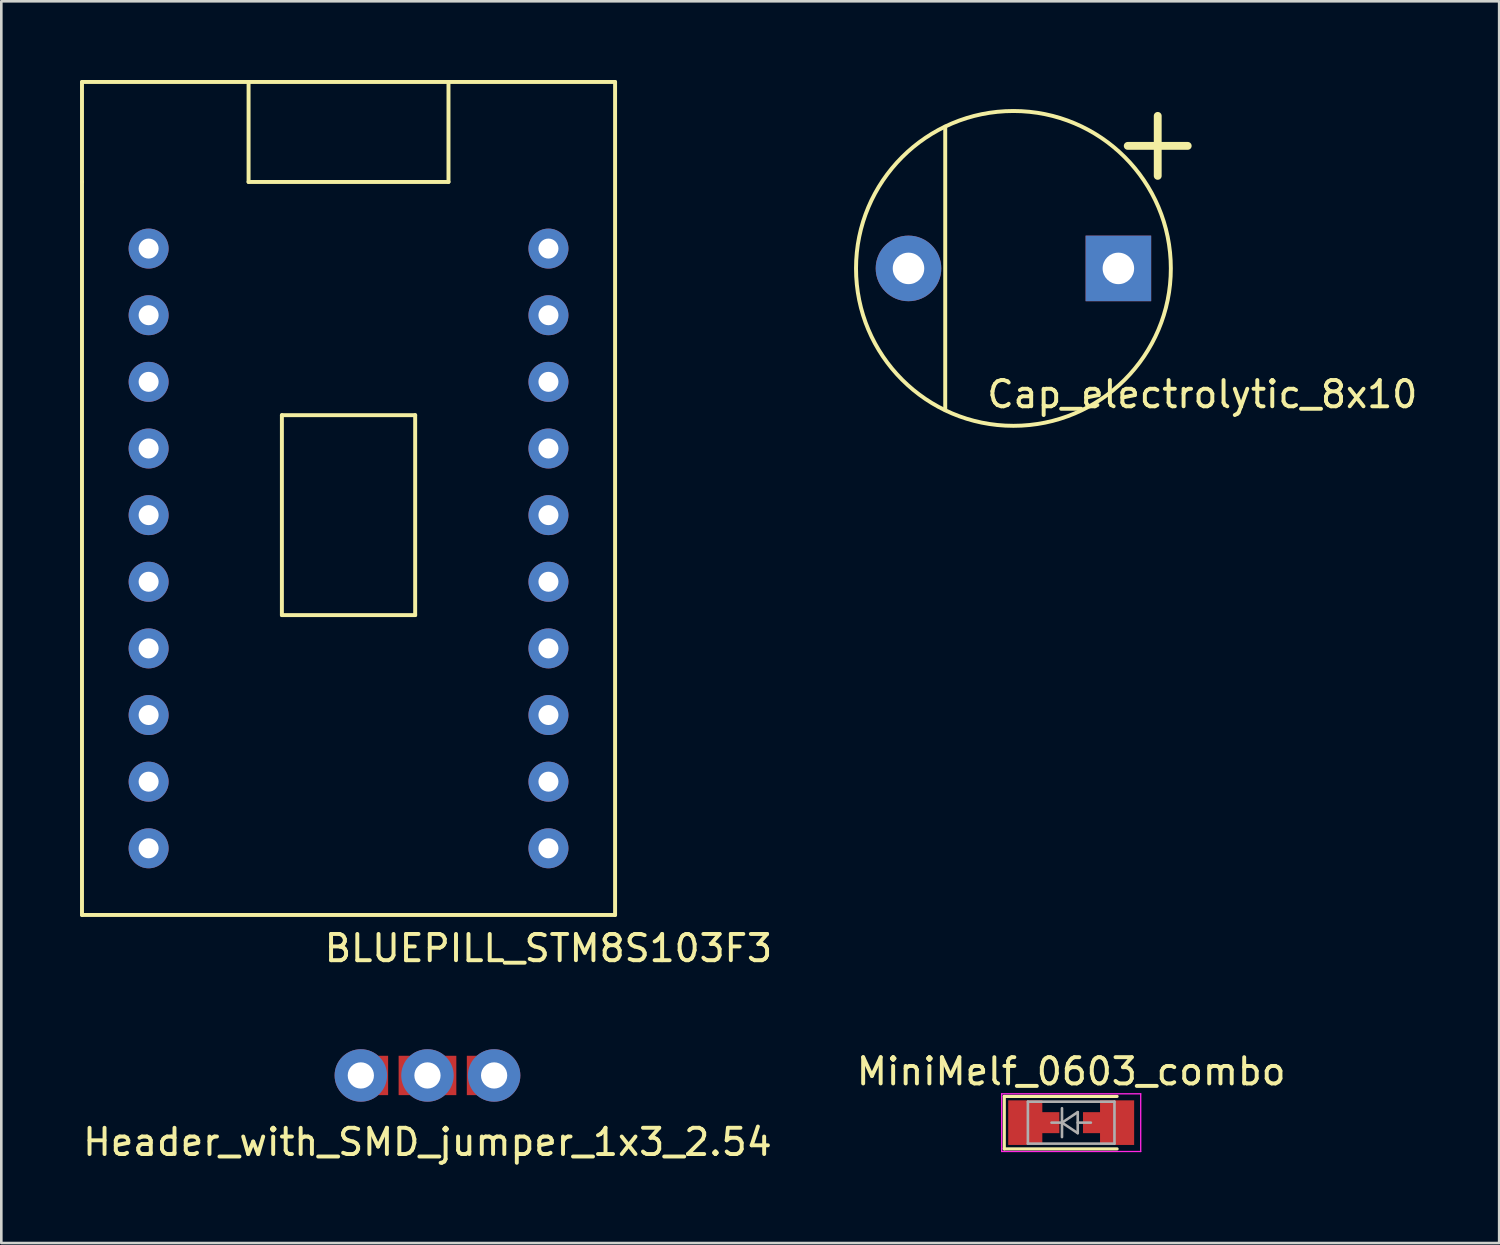
<source format=kicad_pcb>
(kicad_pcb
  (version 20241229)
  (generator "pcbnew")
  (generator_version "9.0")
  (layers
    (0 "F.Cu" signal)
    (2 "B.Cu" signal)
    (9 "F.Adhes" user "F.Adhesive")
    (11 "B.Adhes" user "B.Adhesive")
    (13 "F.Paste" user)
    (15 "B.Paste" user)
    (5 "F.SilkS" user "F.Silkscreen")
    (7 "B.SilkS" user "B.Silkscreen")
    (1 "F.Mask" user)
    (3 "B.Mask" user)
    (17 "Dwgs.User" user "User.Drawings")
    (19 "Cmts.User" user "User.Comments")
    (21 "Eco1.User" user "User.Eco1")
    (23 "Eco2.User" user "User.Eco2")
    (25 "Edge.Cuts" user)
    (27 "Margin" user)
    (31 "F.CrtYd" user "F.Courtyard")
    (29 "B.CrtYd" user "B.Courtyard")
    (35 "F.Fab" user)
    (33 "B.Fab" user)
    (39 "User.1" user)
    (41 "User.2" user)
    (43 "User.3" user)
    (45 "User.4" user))
  (footprint "Header_with_SMD_jumper_1x3_2.54"
    (layer "F.Cu")
    (at 13.244 37.943)
    (property "Reference" "Header_with_SMD_jumper_1x3_2.54" (at 0 2.54 0) (layer "F.SilkS") (effects (font (size 1 1) (thickness 0.15))))
    (attr through_hole)
    (pad "1" thru_hole circle (at -2.54 0) (size 2 2) (drill 1) (layers "*.Cu" "*.Mask"))
    (pad "1" smd rect (at -2 0) (size 1 1.5) (layers "F.Cu" "F.Mask" "F.Paste"))
    (pad "2" smd rect (at -0.6 0) (size 1 1.5) (layers "F.Cu" "F.Mask" "F.Paste"))
    (pad "2" thru_hole circle (at 0 0) (size 2 2) (drill 1) (layers "*.Cu" "*.Mask"))
    (pad "2" smd rect (at 0.6 0) (size 1 1.5) (layers "F.Cu" "F.Mask" "F.Paste"))
    (pad "3" smd rect (at 2 0) (size 1 1.5) (layers "F.Cu" "F.Mask" "F.Paste"))
    (pad "3" thru_hole circle (at 2.54 0) (size 2 2) (drill 1) (layers "*.Cu" "*.Mask")))
  (footprint "Cap_electrolytic_8x10"
    (layer "F.Cu")
    (at 35.579 7.181)
    (property "Reference" "Cap_electrolytic_8x10" (at 7.2 4.8 0) (layer "F.SilkS") (effects (font (size 1 1) (thickness 0.15))))
    (attr through_hole)
    (fp_line (start -2.6 -5.4) (end -2.6 5.4) (stroke (width 0.15) (type solid)) (layer "F.SilkS"))
    (fp_circle (center 0 0) (end 6 0) (stroke (width 0.15) (type solid)) (fill no) (layer "F.SilkS"))
    (fp_text user "+" (at 5.5 -4.9 0) (layer "F.SilkS") (effects (font (size 3 3) (thickness 0.3))))
    (pad "1" thru_hole rect (at 4 0) (size 2.5 2.5) (drill 1.2) (layers "*.Cu" "*.Mask" "B.Paste"))
    (pad "2" thru_hole circle (at -4 0) (size 2.5 2.5) (drill 1.2) (layers "*.Cu" "*.Mask")))
  (footprint "BLUEPILL_STM8S103F3"
    (layer "F.Cu")
    (at 10.235 21.665)
    (property "Reference" "BLUEPILL_STM8S103F3" (at 7.62 11.43 0) (layer "F.SilkS") (effects (font (size 1 1) (thickness 0.15))))
    (attr through_hole)
    (fp_line (start -10.16 -17.78) (end -10.16 -21.59) (stroke (width 0.15) (type solid)) (layer "F.SilkS"))
    (fp_line (start -10.16 -17.78) (end -10.16 10.16) (stroke (width 0.15) (type solid)) (layer "F.SilkS"))
    (fp_line (start -10.16 10.16) (end 10.16 10.16) (stroke (width 0.15) (type solid)) (layer "F.SilkS"))
    (fp_line (start -3.81 -21.59) (end -3.81 -17.78) (stroke (width 0.15) (type solid)) (layer "F.SilkS"))
    (fp_line (start -3.81 -17.78) (end 3.81 -17.78) (stroke (width 0.15) (type solid)) (layer "F.SilkS"))
    (fp_line (start -2.54 -8.89) (end -2.54 -1.27) (stroke (width 0.15) (type solid)) (layer "F.SilkS"))
    (fp_line (start -2.54 -1.27) (end 2.54 -1.27) (stroke (width 0.15) (type solid)) (layer "F.SilkS"))
    (fp_line (start 2.54 -8.89) (end -2.54 -8.89) (stroke (width 0.15) (type solid)) (layer "F.SilkS"))
    (fp_line (start 2.54 -1.27) (end 2.54 -8.89) (stroke (width 0.15) (type solid)) (layer "F.SilkS"))
    (fp_line (start 3.81 -17.78) (end 3.81 -21.59) (stroke (width 0.15) (type solid)) (layer "F.SilkS"))
    (fp_line (start 10.16 -21.59) (end -10.16 -21.59) (stroke (width 0.15) (type solid)) (layer "F.SilkS"))
    (fp_line (start 10.16 -21.59) (end 10.16 10.16) (stroke (width 0.15) (type solid)) (layer "F.SilkS"))
    (pad "1" thru_hole circle (at -7.62 -15.24) (size 1.524 1.524) (drill 0.762) (layers "*.Cu" "*.Mask"))
    (pad "2" thru_hole circle (at -7.62 -12.7) (size 1.524 1.524) (drill 0.762) (layers "*.Cu" "*.Mask"))
    (pad "3" thru_hole circle (at -7.62 -10.16) (size 1.524 1.524) (drill 0.762) (layers "*.Cu" "*.Mask"))
    (pad "4" thru_hole circle (at -7.62 -7.62) (size 1.524 1.524) (drill 0.762) (layers "*.Cu" "*.Mask"))
    (pad "5" thru_hole circle (at -7.62 -5.08) (size 1.524 1.524) (drill 0.762) (layers "*.Cu" "*.Mask"))
    (pad "6" thru_hole circle (at -7.62 -2.54) (size 1.524 1.524) (drill 0.762) (layers "*.Cu" "*.Mask"))
    (pad "7" thru_hole circle (at -7.62 0) (size 1.524 1.524) (drill 0.762) (layers "*.Cu" "*.Mask"))
    (pad "8" thru_hole circle (at -7.62 2.54) (size 1.524 1.524) (drill 0.762) (layers "*.Cu" "*.Mask"))
    (pad "9" thru_hole circle (at -7.62 5.08) (size 1.524 1.524) (drill 0.762) (layers "*.Cu" "*.Mask"))
    (pad "10" thru_hole circle (at -7.62 7.62) (size 1.524 1.524) (drill 0.762) (layers "*.Cu" "*.Mask"))
    (pad "11" thru_hole circle (at 7.62 7.62) (size 1.524 1.524) (drill 0.762) (layers "*.Cu" "*.Mask"))
    (pad "12" thru_hole circle (at 7.62 5.08) (size 1.524 1.524) (drill 0.762) (layers "*.Cu" "*.Mask"))
    (pad "13" thru_hole circle (at 7.62 2.54) (size 1.524 1.524) (drill 0.762) (layers "*.Cu" "*.Mask"))
    (pad "14" thru_hole circle (at 7.62 0) (size 1.524 1.524) (drill 0.762) (layers "*.Cu" "*.Mask"))
    (pad "15" thru_hole circle (at 7.62 -2.54) (size 1.524 1.524) (drill 0.762) (layers "*.Cu" "*.Mask"))
    (pad "16" thru_hole circle (at 7.62 -5.08) (size 1.524 1.524) (drill 0.762) (layers "*.Cu" "*.Mask"))
    (pad "17" thru_hole circle (at 7.62 -7.62) (size 1.524 1.524) (drill 0.762) (layers "*.Cu" "*.Mask"))
    (pad "18" thru_hole circle (at 7.62 -10.16) (size 1.524 1.524) (drill 0.762) (layers "*.Cu" "*.Mask"))
    (pad "19" thru_hole circle (at 7.62 -12.7) (size 1.524 1.524) (drill 0.762) (layers "*.Cu" "*.Mask"))
    (pad "20" thru_hole circle (at 7.62 -15.24) (size 1.524 1.524) (drill 0.762) (layers "*.Cu" "*.Mask")))
  (footprint "MiniMelf_0603_combo"
    (layer "F.Cu")
    (at 37.78 39.742)
    (property "Reference" "MiniMelf_0603_combo" (at 0 -1.95 0) (layer "F.SilkS") (effects (font (size 1 1) (thickness 0.15))))
    (attr smd)
    (fp_line (start -2.55 -1) (end -2.55 1) (stroke (width 0.12) (type solid)) (layer "F.SilkS"))
    (fp_line (start -2.55 1) (end 1.75 1) (stroke (width 0.12) (type solid)) (layer "F.SilkS"))
    (fp_line (start 1.75 -1) (end -2.55 -1) (stroke (width 0.12) (type solid)) (layer "F.SilkS"))
    (fp_line (start -2.65 -1.1) (end 2.65 -1.1) (stroke (width 0.05) (type solid)) (layer "F.CrtYd"))
    (fp_line (start -2.65 1.1) (end -2.65 -1.1) (stroke (width 0.05) (type solid)) (layer "F.CrtYd"))
    (fp_line (start 2.65 -1.1) (end 2.65 1.1) (stroke (width 0.05) (type solid)) (layer "F.CrtYd"))
    (fp_line (start 2.65 1.1) (end -2.65 1.1) (stroke (width 0.05) (type solid)) (layer "F.CrtYd"))
    (fp_line (start -1.65 -0.8) (end 1.65 -0.8) (stroke (width 0.1) (type solid)) (layer "F.Fab"))
    (fp_line (start -1.65 0.8) (end -1.65 -0.8) (stroke (width 0.1) (type solid)) (layer "F.Fab"))
    (fp_line (start -0.75 0) (end -0.35 0) (stroke (width 0.1) (type solid)) (layer "F.Fab"))
    (fp_line (start -0.35 0) (end -0.35 -0.55) (stroke (width 0.1) (type solid)) (layer "F.Fab"))
    (fp_line (start -0.35 0) (end -0.35 0.55) (stroke (width 0.1) (type solid)) (layer "F.Fab"))
    (fp_line (start -0.35 0) (end 0.25 -0.4) (stroke (width 0.1) (type solid)) (layer "F.Fab"))
    (fp_line (start 0.25 -0.4) (end 0.25 0.4) (stroke (width 0.1) (type solid)) (layer "F.Fab"))
    (fp_line (start 0.25 0) (end 0.75 0) (stroke (width 0.1) (type solid)) (layer "F.Fab"))
    (fp_line (start 0.25 0.4) (end -0.35 0) (stroke (width 0.1) (type solid)) (layer "F.Fab"))
    (fp_line (start 1.65 -0.8) (end 1.65 0.8) (stroke (width 0.1) (type solid)) (layer "F.Fab"))
    (fp_line (start 1.65 0.8) (end -1.65 0.8) (stroke (width 0.1) (type solid)) (layer "F.Fab"))
    (pad "1" smd rect (at -1.75 0) (size 1.3 1.7) (layers "F.Cu" "F.Mask" "F.Paste"))
    (pad "1" smd rect (at -0.9 0) (size 0.9 0.8) (layers "F.Cu" "F.Mask" "F.Paste"))
    (pad "2" smd rect (at 0.9 0) (size 0.9 0.8) (layers "F.Cu" "F.Mask" "F.Paste"))
    (pad "2" smd rect (at 1.75 0) (size 1.3 1.7) (layers "F.Cu" "F.Mask" "F.Paste")))
  (gr_rect
    (start -3 -3)
    (end 54.094 44.331)
    (stroke (width 0.1) (type default))
    (fill no)
    (layer "Edge.Cuts")))
</source>
